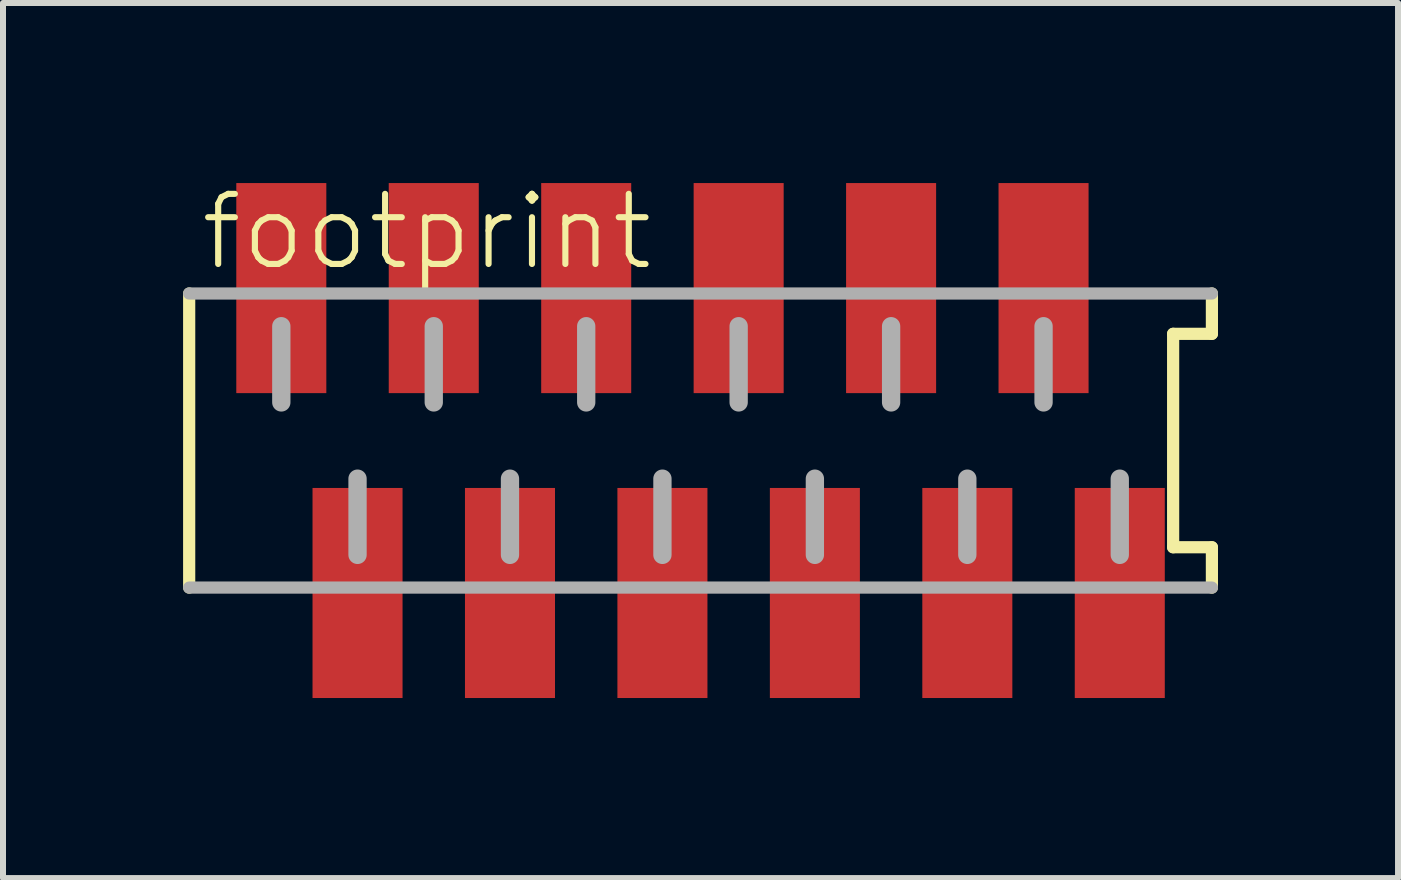
<source format=kicad_pcb>
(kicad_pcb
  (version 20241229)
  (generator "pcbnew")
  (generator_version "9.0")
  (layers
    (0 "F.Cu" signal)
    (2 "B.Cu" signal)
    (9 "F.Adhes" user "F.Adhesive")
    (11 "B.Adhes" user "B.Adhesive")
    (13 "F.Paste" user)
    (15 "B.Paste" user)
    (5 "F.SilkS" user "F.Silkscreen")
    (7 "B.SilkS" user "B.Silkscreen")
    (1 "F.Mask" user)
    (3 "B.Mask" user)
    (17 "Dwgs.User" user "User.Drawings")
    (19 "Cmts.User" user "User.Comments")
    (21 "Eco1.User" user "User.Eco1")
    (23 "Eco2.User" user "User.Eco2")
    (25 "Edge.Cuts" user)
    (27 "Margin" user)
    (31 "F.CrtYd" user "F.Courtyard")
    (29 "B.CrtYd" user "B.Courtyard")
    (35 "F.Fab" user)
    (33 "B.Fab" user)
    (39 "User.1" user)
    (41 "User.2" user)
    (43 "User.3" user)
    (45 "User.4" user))
  (footprint "footprint"
    (layer "F.Cu")
    (at 8.622 4.29)
    (property "Reference" "footprint" (at -8.382 -2.794 0) (layer "F.SilkS") (effects (font (size 1.168 1.168) (thickness 0.102)) (justify left bottom)))
    (fp_line (start -8.52 -2.45) (end -8.52 2.45) (stroke (width 0.203) (type solid)) (layer "F.SilkS"))
    (fp_line (start 7.874 -1.778) (end 8.52 -1.778) (stroke (width 0.203) (type solid)) (layer "F.SilkS"))
    (fp_line (start 7.874 1.778) (end 7.874 -1.778) (stroke (width 0.203) (type solid)) (layer "F.SilkS"))
    (fp_line (start 8.52 -1.778) (end 8.52 -2.45) (stroke (width 0.203) (type solid)) (layer "F.SilkS"))
    (fp_line (start 8.52 1.778) (end 7.874 1.778) (stroke (width 0.203) (type solid)) (layer "F.SilkS"))
    (fp_line (start 8.52 2.45) (end 8.52 1.778) (stroke (width 0.203) (type solid)) (layer "F.SilkS"))
    (fp_line (start -8.52 2.45) (end 8.52 2.45) (stroke (width 0.203) (type solid)) (layer "F.Fab"))
    (fp_line (start -6.985 -1.905) (end -6.985 -0.635) (stroke (width 0.305) (type solid)) (layer "F.Fab"))
    (fp_line (start -5.715 0.635) (end -5.715 1.905) (stroke (width 0.305) (type solid)) (layer "F.Fab"))
    (fp_line (start -4.445 -1.905) (end -4.445 -0.635) (stroke (width 0.305) (type solid)) (layer "F.Fab"))
    (fp_line (start -3.175 0.635) (end -3.175 1.905) (stroke (width 0.305) (type solid)) (layer "F.Fab"))
    (fp_line (start -1.905 -1.905) (end -1.905 -0.635) (stroke (width 0.305) (type solid)) (layer "F.Fab"))
    (fp_line (start -0.635 0.635) (end -0.635 1.905) (stroke (width 0.305) (type solid)) (layer "F.Fab"))
    (fp_line (start 0.635 -1.905) (end 0.635 -0.635) (stroke (width 0.305) (type solid)) (layer "F.Fab"))
    (fp_line (start 1.905 0.635) (end 1.905 1.905) (stroke (width 0.305) (type solid)) (layer "F.Fab"))
    (fp_line (start 3.175 -1.905) (end 3.175 -0.635) (stroke (width 0.305) (type solid)) (layer "F.Fab"))
    (fp_line (start 4.445 0.635) (end 4.445 1.905) (stroke (width 0.305) (type solid)) (layer "F.Fab"))
    (fp_line (start 5.715 -1.905) (end 5.715 -0.635) (stroke (width 0.305) (type solid)) (layer "F.Fab"))
    (fp_line (start 6.985 0.635) (end 6.985 1.905) (stroke (width 0.305) (type solid)) (layer "F.Fab"))
    (fp_line (start 8.52 -2.45) (end -8.52 -2.45) (stroke (width 0.203) (type solid)) (layer "F.Fab"))
    (pad "1" smd rect (at -6.985 -2.54) (size 1.5 3.5) (layers "F.Cu" "F.Mask" "F.Paste"))
    (pad "2" smd rect (at -5.715 2.54) (size 1.5 3.5) (layers "F.Cu" "F.Mask" "F.Paste"))
    (pad "3" smd rect (at -4.445 -2.54) (size 1.5 3.5) (layers "F.Cu" "F.Mask" "F.Paste"))
    (pad "4" smd rect (at -3.175 2.54) (size 1.5 3.5) (layers "F.Cu" "F.Mask" "F.Paste"))
    (pad "5" smd rect (at -1.905 -2.54) (size 1.5 3.5) (layers "F.Cu" "F.Mask" "F.Paste"))
    (pad "6" smd rect (at -0.635 2.54) (size 1.5 3.5) (layers "F.Cu" "F.Mask" "F.Paste"))
    (pad "7" smd rect (at 0.635 -2.54) (size 1.5 3.5) (layers "F.Cu" "F.Mask" "F.Paste"))
    (pad "8" smd rect (at 1.905 2.54) (size 1.5 3.5) (layers "F.Cu" "F.Mask" "F.Paste"))
    (pad "9" smd rect (at 3.175 -2.54) (size 1.5 3.5) (layers "F.Cu" "F.Mask" "F.Paste"))
    (pad "10" smd rect (at 4.445 2.54) (size 1.5 3.5) (layers "F.Cu" "F.Mask" "F.Paste"))
    (pad "11" smd rect (at 5.715 -2.54) (size 1.5 3.5) (layers "F.Cu" "F.Mask" "F.Paste"))
    (pad "12" smd rect (at 6.985 2.54) (size 1.5 3.5) (layers "F.Cu" "F.Mask" "F.Paste")))
  (gr_rect
    (start -3 -3)
    (end 20.243 11.58)
    (stroke (width 0.1) (type default))
    (fill no)
    (layer "Edge.Cuts")))
</source>
